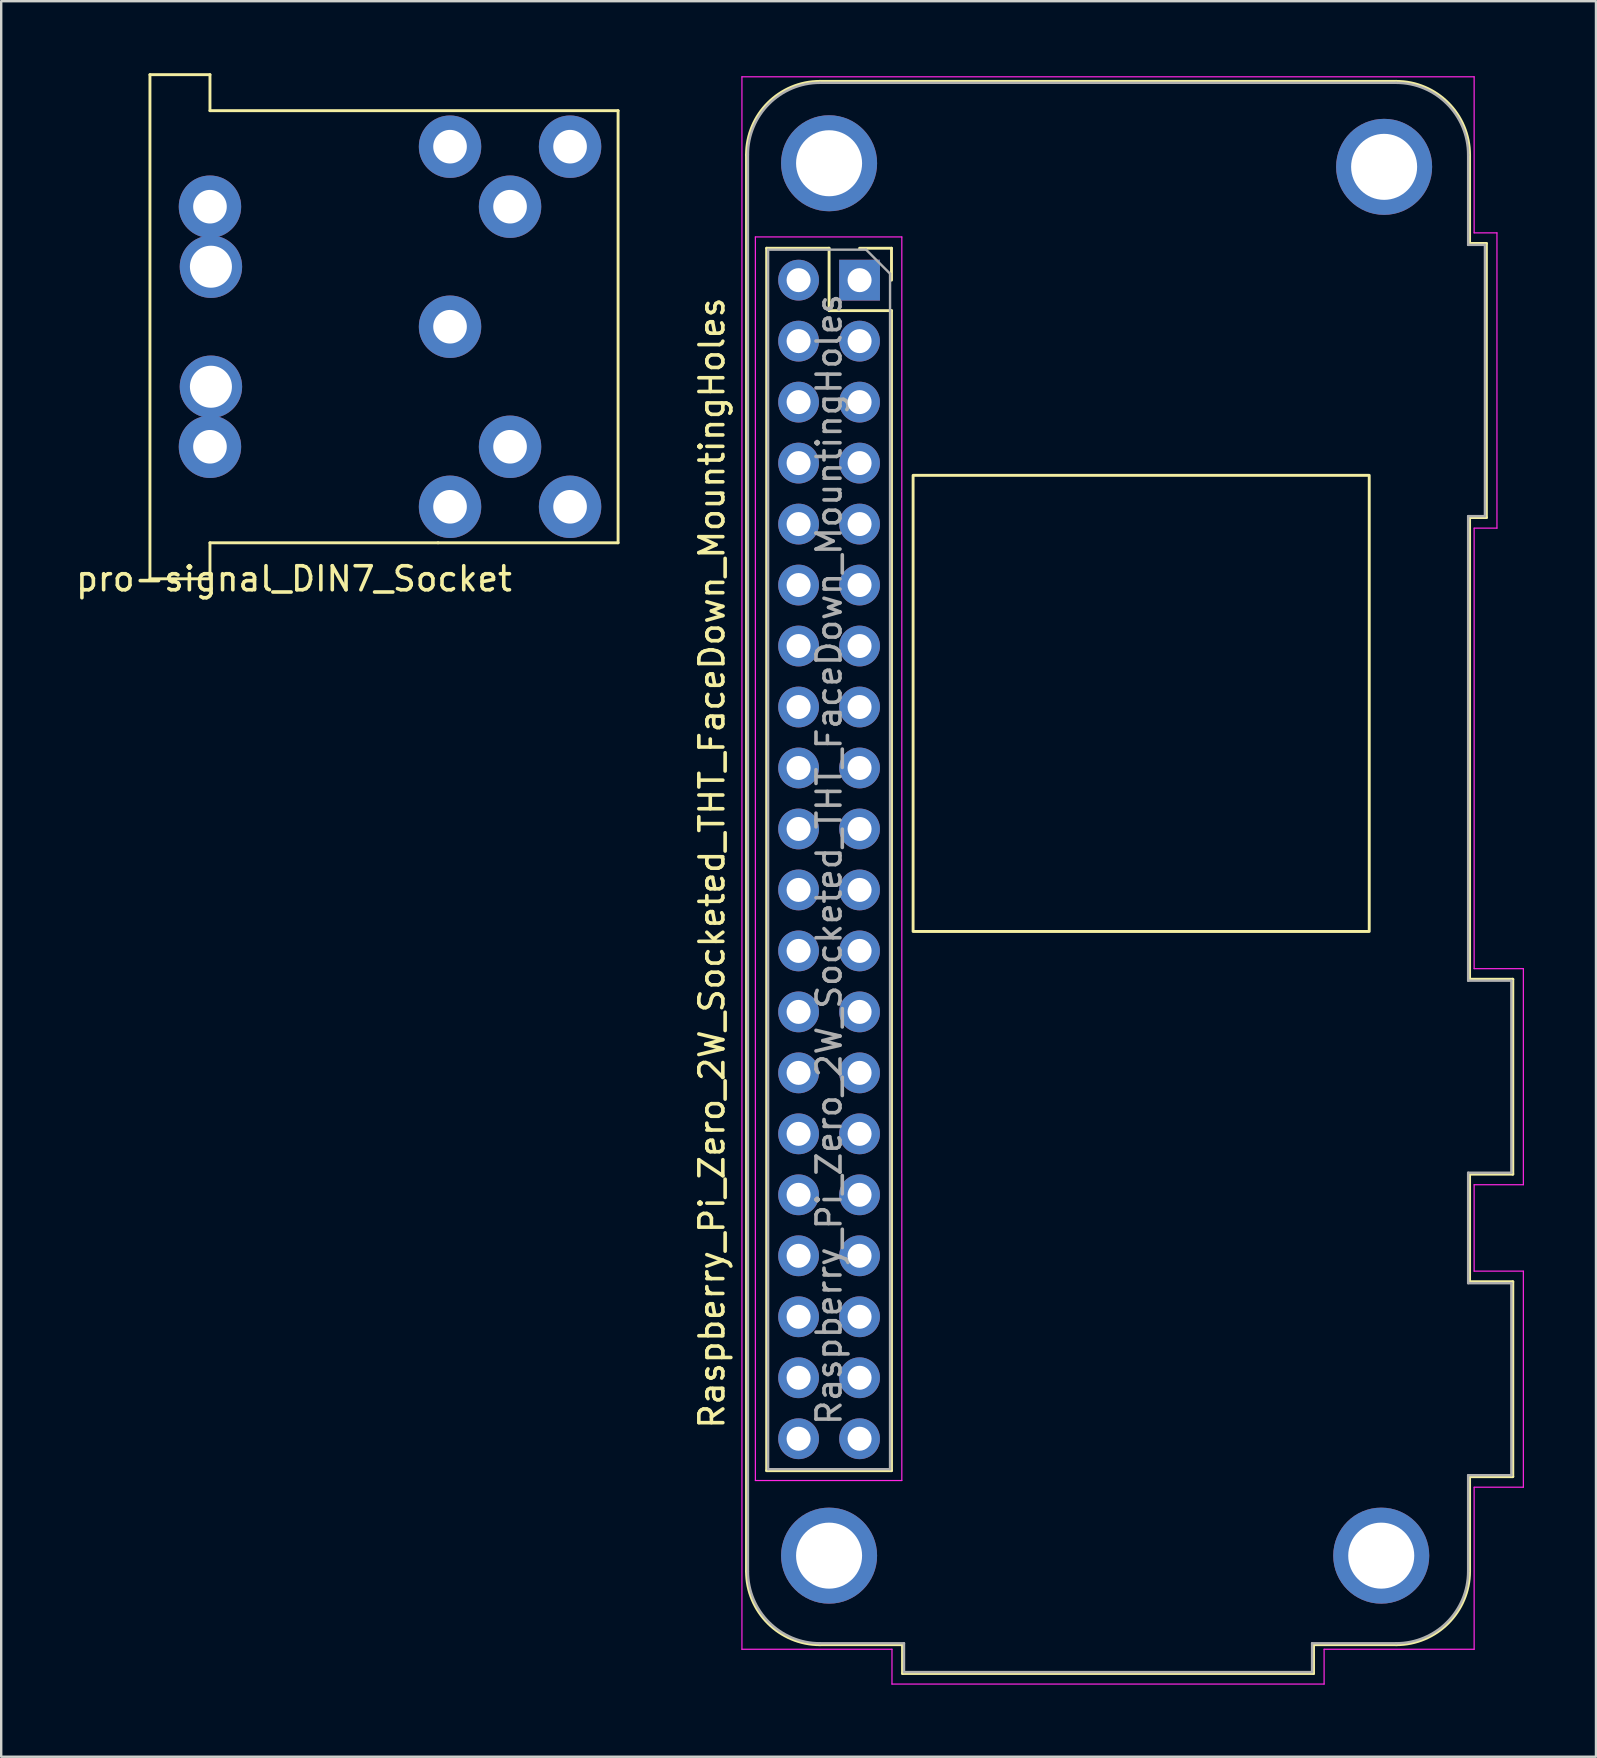
<source format=kicad_pcb>
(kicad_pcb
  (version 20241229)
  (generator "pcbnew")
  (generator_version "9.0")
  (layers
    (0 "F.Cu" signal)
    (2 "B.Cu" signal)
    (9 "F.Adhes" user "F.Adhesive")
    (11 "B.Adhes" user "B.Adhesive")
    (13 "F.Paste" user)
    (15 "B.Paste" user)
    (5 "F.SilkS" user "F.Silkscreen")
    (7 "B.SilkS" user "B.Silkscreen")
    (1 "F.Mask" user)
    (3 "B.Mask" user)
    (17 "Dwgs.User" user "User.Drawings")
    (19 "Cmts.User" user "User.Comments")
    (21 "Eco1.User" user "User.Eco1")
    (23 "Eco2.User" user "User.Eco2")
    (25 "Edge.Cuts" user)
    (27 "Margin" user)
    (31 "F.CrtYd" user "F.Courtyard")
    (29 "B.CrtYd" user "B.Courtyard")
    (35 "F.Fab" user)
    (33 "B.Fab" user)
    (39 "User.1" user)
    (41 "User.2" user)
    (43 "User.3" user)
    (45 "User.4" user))
  (footprint "Raspberry_Pi_Zero_2W_Socketed_THT_FaceDown_MountingHoles"
    (layer "F.Cu")
    (at 27.985 0.25)
    (property "Reference" "Raspberry_Pi_Zero_2W_Socketed_THT_FaceDown_MountingHoles" (at -1.38 32.65 90) (layer "F.SilkS") (effects (font (size 1 1) (thickness 0.15))))
    (attr through_hole)
    (fp_rect (start 7.5 17) (end 25.5 35) (stroke (width 0.12) (type solid)) (fill yes) (layer "F.Mask"))
    (fp_line (start 0.06 62.15) (end 0.06 3.15) (stroke (width 0.12) (type solid)) (layer "F.SilkS"))
    (fp_line (start 0.9 7.04) (end 0.9 57.96) (stroke (width 0.12) (type solid)) (layer "F.SilkS"))
    (fp_line (start 0.9 7.04) (end 3.5 7.04) (stroke (width 0.12) (type solid)) (layer "F.SilkS"))
    (fp_line (start 0.9 57.96) (end 6.1 57.96) (stroke (width 0.12) (type solid)) (layer "F.SilkS"))
    (fp_line (start 3.12 0.09) (end 27.12 0.09) (stroke (width 0.12) (type solid)) (layer "F.SilkS"))
    (fp_line (start 3.5 7.04) (end 3.5 9.64) (stroke (width 0.12) (type solid)) (layer "F.SilkS"))
    (fp_line (start 3.5 9.64) (end 6.1 9.64) (stroke (width 0.12) (type solid)) (layer "F.SilkS"))
    (fp_line (start 4.77 7.04) (end 6.1 7.04) (stroke (width 0.12) (type solid)) (layer "F.SilkS"))
    (fp_line (start 6.1 7.04) (end 6.1 8.37) (stroke (width 0.12) (type solid)) (layer "F.SilkS"))
    (fp_line (start 6.1 9.64) (end 6.1 57.96) (stroke (width 0.12) (type solid)) (layer "F.SilkS"))
    (fp_line (start 6.56 65.21) (end 3.12 65.21) (stroke (width 0.12) (type solid)) (layer "F.SilkS"))
    (fp_line (start 6.56 65.21) (end 6.56 66.41) (stroke (width 0.12) (type solid)) (layer "F.SilkS"))
    (fp_line (start 6.56 66.41) (end 23.68 66.41) (stroke (width 0.12) (type solid)) (layer "F.SilkS"))
    (fp_line (start 23.68 65.21) (end 27.12 65.21) (stroke (width 0.12) (type solid)) (layer "F.SilkS"))
    (fp_line (start 23.68 66.41) (end 23.68 65.21) (stroke (width 0.12) (type solid)) (layer "F.SilkS"))
    (fp_line (start 30.18 6.84) (end 30.18 3.15) (stroke (width 0.12) (type solid)) (layer "F.SilkS"))
    (fp_line (start 30.18 18.26) (end 30.88 18.26) (stroke (width 0.12) (type solid)) (layer "F.SilkS"))
    (fp_line (start 30.18 37.49) (end 30.18 18.26) (stroke (width 0.12) (type solid)) (layer "F.SilkS"))
    (fp_line (start 30.18 45.61) (end 31.98 45.61) (stroke (width 0.12) (type solid)) (layer "F.SilkS"))
    (fp_line (start 30.18 50.09) (end 30.18 45.61) (stroke (width 0.12) (type solid)) (layer "F.SilkS"))
    (fp_line (start 30.18 58.21) (end 31.98 58.21) (stroke (width 0.12) (type solid)) (layer "F.SilkS"))
    (fp_line (start 30.18 62.15) (end 30.18 58.21) (stroke (width 0.12) (type solid)) (layer "F.SilkS"))
    (fp_line (start 30.88 6.84) (end 30.18 6.84) (stroke (width 0.12) (type solid)) (layer "F.SilkS"))
    (fp_line (start 30.88 18.26) (end 30.88 6.84) (stroke (width 0.12) (type solid)) (layer "F.SilkS"))
    (fp_line (start 31.98 37.49) (end 30.18 37.49) (stroke (width 0.12) (type solid)) (layer "F.SilkS"))
    (fp_line (start 31.98 45.61) (end 31.98 37.49) (stroke (width 0.12) (type solid)) (layer "F.SilkS"))
    (fp_line (start 31.98 50.09) (end 30.18 50.09) (stroke (width 0.12) (type solid)) (layer "F.SilkS"))
    (fp_line (start 31.98 58.21) (end 31.98 50.09) (stroke (width 0.12) (type solid)) (layer "F.SilkS"))
    (fp_rect (start 7 16.5) (end 26 35.5) (stroke (width 0.12) (type solid)) (fill no) (layer "F.SilkS"))
    (fp_arc (start 0.06 3.15) (mid 0.956253 0.986253) (end 3.12 0.09) (stroke (width 0.12) (type solid)) (layer "F.SilkS"))
    (fp_arc (start 3.12 65.21) (mid 0.956253 64.313747) (end 0.06 62.15) (stroke (width 0.12) (type solid)) (layer "F.SilkS"))
    (fp_arc (start 27.12 0.09) (mid 29.283747 0.986253) (end 30.18 3.15) (stroke (width 0.12) (type solid)) (layer "F.SilkS"))
    (fp_arc (start 30.18 62.15) (mid 29.283747 64.313747) (end 27.12 65.21) (stroke (width 0.12) (type solid)) (layer "F.SilkS"))
    (fp_line (start -0.13 -0.1) (end 30.37 -0.1) (stroke (width 0.05) (type solid)) (layer "F.CrtYd"))
    (fp_line (start -0.13 65.4) (end -0.13 -0.1) (stroke (width 0.05) (type solid)) (layer "F.CrtYd"))
    (fp_line (start -0.13 65.4) (end 6.12 65.4) (stroke (width 0.05) (type solid)) (layer "F.CrtYd"))
    (fp_line (start 0.43 6.57) (end 6.53 6.57) (stroke (width 0.05) (type solid)) (layer "F.CrtYd"))
    (fp_line (start 0.43 58.37) (end 0.43 6.57) (stroke (width 0.05) (type solid)) (layer "F.CrtYd"))
    (fp_line (start 6.12 66.85) (end 6.12 65.4) (stroke (width 0.05) (type solid)) (layer "F.CrtYd"))
    (fp_line (start 6.53 6.57) (end 6.53 58.37) (stroke (width 0.05) (type solid)) (layer "F.CrtYd"))
    (fp_line (start 6.53 58.37) (end 0.43 58.37) (stroke (width 0.05) (type solid)) (layer "F.CrtYd"))
    (fp_line (start 24.12 65.4) (end 30.37 65.4) (stroke (width 0.05) (type solid)) (layer "F.CrtYd"))
    (fp_line (start 24.12 66.85) (end 6.12 66.85) (stroke (width 0.05) (type solid)) (layer "F.CrtYd"))
    (fp_line (start 24.12 66.85) (end 24.12 65.4) (stroke (width 0.05) (type solid)) (layer "F.CrtYd"))
    (fp_line (start 30.37 6.4) (end 30.37 -0.1) (stroke (width 0.05) (type solid)) (layer "F.CrtYd"))
    (fp_line (start 30.37 37.05) (end 30.37 18.7) (stroke (width 0.05) (type solid)) (layer "F.CrtYd"))
    (fp_line (start 30.37 46.05) (end 30.37 49.65) (stroke (width 0.05) (type solid)) (layer "F.CrtYd"))
    (fp_line (start 30.37 58.65) (end 30.37 65.4) (stroke (width 0.05) (type solid)) (layer "F.CrtYd"))
    (fp_line (start 31.32 6.4) (end 30.37 6.4) (stroke (width 0.05) (type solid)) (layer "F.CrtYd"))
    (fp_line (start 31.32 6.4) (end 31.32 18.7) (stroke (width 0.05) (type solid)) (layer "F.CrtYd"))
    (fp_line (start 31.32 18.7) (end 30.37 18.7) (stroke (width 0.05) (type solid)) (layer "F.CrtYd"))
    (fp_line (start 32.42 37.05) (end 30.37 37.05) (stroke (width 0.05) (type solid)) (layer "F.CrtYd"))
    (fp_line (start 32.42 46.05) (end 30.37 46.05) (stroke (width 0.05) (type solid)) (layer "F.CrtYd"))
    (fp_line (start 32.42 46.05) (end 32.42 37.05) (stroke (width 0.05) (type solid)) (layer "F.CrtYd"))
    (fp_line (start 32.42 49.65) (end 30.37 49.65) (stroke (width 0.05) (type solid)) (layer "F.CrtYd"))
    (fp_line (start 32.42 58.65) (end 30.37 58.65) (stroke (width 0.05) (type solid)) (layer "F.CrtYd"))
    (fp_line (start 32.42 58.65) (end 32.42 49.65) (stroke (width 0.05) (type solid)) (layer "F.CrtYd"))
    (fp_line (start 0.12 62.15) (end 0.12 3.15) (stroke (width 0.1) (type solid)) (layer "F.Fab"))
    (fp_line (start 0.96 7.1) (end 5.04 7.1) (stroke (width 0.1) (type solid)) (layer "F.Fab"))
    (fp_line (start 0.96 57.9) (end 0.96 7.1) (stroke (width 0.1) (type solid)) (layer "F.Fab"))
    (fp_line (start 3.12 0.15) (end 27.12 0.15) (stroke (width 0.1) (type solid)) (layer "F.Fab"))
    (fp_line (start 3.12 65.15) (end 6.62 65.15) (stroke (width 0.1) (type solid)) (layer "F.Fab"))
    (fp_line (start 5.04 7.1) (end 6.04 8.1) (stroke (width 0.1) (type solid)) (layer "F.Fab"))
    (fp_line (start 6.04 8.1) (end 6.04 57.9) (stroke (width 0.1) (type solid)) (layer "F.Fab"))
    (fp_line (start 6.04 57.9) (end 0.96 57.9) (stroke (width 0.1) (type solid)) (layer "F.Fab"))
    (fp_line (start 6.62 65.15) (end 6.62 66.35) (stroke (width 0.1) (type solid)) (layer "F.Fab"))
    (fp_line (start 6.62 66.35) (end 23.62 66.35) (stroke (width 0.1) (type solid)) (layer "F.Fab"))
    (fp_line (start 23.62 65.15) (end 23.62 66.35) (stroke (width 0.1) (type solid)) (layer "F.Fab"))
    (fp_line (start 27.12 65.15) (end 23.62 65.15) (stroke (width 0.1) (type solid)) (layer "F.Fab"))
    (fp_line (start 30.12 6.9) (end 30.12 3.15) (stroke (width 0.1) (type solid)) (layer "F.Fab"))
    (fp_line (start 30.12 6.9) (end 30.82 6.9) (stroke (width 0.1) (type solid)) (layer "F.Fab"))
    (fp_line (start 30.12 18.2) (end 30.82 18.2) (stroke (width 0.1) (type solid)) (layer "F.Fab"))
    (fp_line (start 30.12 37.55) (end 30.12 18.2) (stroke (width 0.1) (type solid)) (layer "F.Fab"))
    (fp_line (start 30.12 45.55) (end 31.92 45.55) (stroke (width 0.1) (type solid)) (layer "F.Fab"))
    (fp_line (start 30.12 50.15) (end 30.12 45.55) (stroke (width 0.1) (type solid)) (layer "F.Fab"))
    (fp_line (start 30.12 58.15) (end 30.12 62.15) (stroke (width 0.1) (type solid)) (layer "F.Fab"))
    (fp_line (start 30.12 58.15) (end 31.92 58.15) (stroke (width 0.1) (type solid)) (layer "F.Fab"))
    (fp_line (start 30.82 18.2) (end 30.82 6.9) (stroke (width 0.1) (type solid)) (layer "F.Fab"))
    (fp_line (start 31.92 37.55) (end 30.12 37.55) (stroke (width 0.1) (type solid)) (layer "F.Fab"))
    (fp_line (start 31.92 45.55) (end 31.92 37.55) (stroke (width 0.1) (type solid)) (layer "F.Fab"))
    (fp_line (start 31.92 50.15) (end 30.12 50.15) (stroke (width 0.1) (type solid)) (layer "F.Fab"))
    (fp_line (start 31.92 58.15) (end 31.92 50.15) (stroke (width 0.1) (type solid)) (layer "F.Fab"))
    (fp_arc (start 0.12 3.15) (mid 0.99868 1.02868) (end 3.12 0.15) (stroke (width 0.1) (type solid)) (layer "F.Fab"))
    (fp_arc (start 3.12 65.15) (mid 0.99868 64.27132) (end 0.12 62.15) (stroke (width 0.1) (type solid)) (layer "F.Fab"))
    (fp_arc (start 27.12 0.15) (mid 29.24132 1.02868) (end 30.12 3.15) (stroke (width 0.1) (type solid)) (layer "F.Fab"))
    (fp_arc (start 30.12 62.15) (mid 29.24132 64.27132) (end 27.12 65.15) (stroke (width 0.1) (type solid)) (layer "F.Fab"))
    (fp_text user "${REFERENCE}" (at 3.5 32.5 90) (layer "F.Fab") (effects (font (size 1 1) (thickness 0.15))))
    (pad "" np_thru_hole circle (at 3.5 3.5 90) (size 4 4) (drill 2.75) (layers "*.Cu" "*.Mask"))
    (pad "" np_thru_hole circle (at 3.5 61.5 90) (size 4 4) (drill 2.75) (layers "*.Cu" "*.Mask"))
    (pad "" np_thru_hole circle (at 26.5 61.5 90) (size 4 4) (drill 2.75) (layers "*.Cu" "*.Mask"))
    (pad "" np_thru_hole circle (at 26.62 3.65 90) (size 4 4) (drill 2.75) (layers "*.Cu" "*.Mask"))
    (pad "1" thru_hole rect (at 4.77 8.37) (size 1.7 1.7) (drill 1) (layers "*.Cu" "*.Mask"))
    (pad "2" thru_hole oval (at 2.23 8.37) (size 1.7 1.7) (drill 1) (layers "*.Cu" "*.Mask"))
    (pad "3" thru_hole oval (at 4.77 10.91) (size 1.7 1.7) (drill 1) (layers "*.Cu" "*.Mask"))
    (pad "4" thru_hole oval (at 2.23 10.91) (size 1.7 1.7) (drill 1) (layers "*.Cu" "*.Mask"))
    (pad "5" thru_hole oval (at 4.77 13.45) (size 1.7 1.7) (drill 1) (layers "*.Cu" "*.Mask"))
    (pad "6" thru_hole oval (at 2.23 13.45) (size 1.7 1.7) (drill 1) (layers "*.Cu" "*.Mask"))
    (pad "7" thru_hole oval (at 4.77 15.99) (size 1.7 1.7) (drill 1) (layers "*.Cu" "*.Mask"))
    (pad "8" thru_hole oval (at 2.23 15.99) (size 1.7 1.7) (drill 1) (layers "*.Cu" "*.Mask"))
    (pad "9" thru_hole oval (at 4.77 18.53) (size 1.7 1.7) (drill 1) (layers "*.Cu" "*.Mask"))
    (pad "10" thru_hole oval (at 2.23 18.53) (size 1.7 1.7) (drill 1) (layers "*.Cu" "*.Mask"))
    (pad "11" thru_hole oval (at 4.77 21.07) (size 1.7 1.7) (drill 1) (layers "*.Cu" "*.Mask"))
    (pad "12" thru_hole oval (at 2.23 21.07) (size 1.7 1.7) (drill 1) (layers "*.Cu" "*.Mask"))
    (pad "13" thru_hole oval (at 4.77 23.61) (size 1.7 1.7) (drill 1) (layers "*.Cu" "*.Mask"))
    (pad "14" thru_hole oval (at 2.23 23.61) (size 1.7 1.7) (drill 1) (layers "*.Cu" "*.Mask"))
    (pad "15" thru_hole oval (at 4.77 26.15) (size 1.7 1.7) (drill 1) (layers "*.Cu" "*.Mask"))
    (pad "16" thru_hole oval (at 2.23 26.15) (size 1.7 1.7) (drill 1) (layers "*.Cu" "*.Mask"))
    (pad "17" thru_hole oval (at 4.77 28.69) (size 1.7 1.7) (drill 1) (layers "*.Cu" "*.Mask"))
    (pad "18" thru_hole oval (at 2.23 28.69) (size 1.7 1.7) (drill 1) (layers "*.Cu" "*.Mask"))
    (pad "19" thru_hole oval (at 4.77 31.23) (size 1.7 1.7) (drill 1) (layers "*.Cu" "*.Mask"))
    (pad "20" thru_hole oval (at 2.23 31.23) (size 1.7 1.7) (drill 1) (layers "*.Cu" "*.Mask"))
    (pad "21" thru_hole oval (at 4.77 33.77) (size 1.7 1.7) (drill 1) (layers "*.Cu" "*.Mask"))
    (pad "22" thru_hole oval (at 2.23 33.77) (size 1.7 1.7) (drill 1) (layers "*.Cu" "*.Mask"))
    (pad "23" thru_hole oval (at 4.77 36.31) (size 1.7 1.7) (drill 1) (layers "*.Cu" "*.Mask"))
    (pad "24" thru_hole oval (at 2.23 36.31) (size 1.7 1.7) (drill 1) (layers "*.Cu" "*.Mask"))
    (pad "25" thru_hole oval (at 4.77 38.85) (size 1.7 1.7) (drill 1) (layers "*.Cu" "*.Mask"))
    (pad "26" thru_hole oval (at 2.23 38.85) (size 1.7 1.7) (drill 1) (layers "*.Cu" "*.Mask"))
    (pad "27" thru_hole oval (at 4.77 41.39) (size 1.7 1.7) (drill 1) (layers "*.Cu" "*.Mask"))
    (pad "28" thru_hole oval (at 2.23 41.39) (size 1.7 1.7) (drill 1) (layers "*.Cu" "*.Mask"))
    (pad "29" thru_hole oval (at 4.77 43.93) (size 1.7 1.7) (drill 1) (layers "*.Cu" "*.Mask"))
    (pad "30" thru_hole oval (at 2.23 43.93) (size 1.7 1.7) (drill 1) (layers "*.Cu" "*.Mask"))
    (pad "31" thru_hole oval (at 4.77 46.47) (size 1.7 1.7) (drill 1) (layers "*.Cu" "*.Mask"))
    (pad "32" thru_hole oval (at 2.23 46.47) (size 1.7 1.7) (drill 1) (layers "*.Cu" "*.Mask"))
    (pad "33" thru_hole oval (at 4.77 49.01) (size 1.7 1.7) (drill 1) (layers "*.Cu" "*.Mask"))
    (pad "34" thru_hole oval (at 2.23 49.01) (size 1.7 1.7) (drill 1) (layers "*.Cu" "*.Mask"))
    (pad "35" thru_hole oval (at 4.77 51.55) (size 1.7 1.7) (drill 1) (layers "*.Cu" "*.Mask"))
    (pad "36" thru_hole oval (at 2.23 51.55) (size 1.7 1.7) (drill 1) (layers "*.Cu" "*.Mask"))
    (pad "37" thru_hole oval (at 4.77 54.09) (size 1.7 1.7) (drill 1) (layers "*.Cu" "*.Mask"))
    (pad "38" thru_hole oval (at 2.23 54.09) (size 1.7 1.7) (drill 1) (layers "*.Cu" "*.Mask"))
    (pad "39" thru_hole oval (at 4.77 56.63) (size 1.7 1.7) (drill 1) (layers "*.Cu" "*.Mask"))
    (pad "40" thru_hole oval (at 2.23 56.63) (size 1.7 1.7) (drill 1) (layers "*.Cu" "*.Mask")))
  (footprint "pro-signal_DIN7_Socket"
    (layer "F.Cu")
    (at 3.196 10.56)
    (property "Reference" "pro-signal_DIN7_Socket" (at 6 10.5 0) (layer "F.SilkS") (effects (font (size 1 1) (thickness 0.15))))
    (attr through_hole)
    (fp_line (start 0 -10.5) (end 2.5 -10.5) (stroke (width 0.12) (type solid)) (layer "F.SilkS"))
    (fp_line (start 0 10.5) (end 0 -10.5) (stroke (width 0.12) (type solid)) (layer "F.SilkS"))
    (fp_line (start 2.5 -10.5) (end 2.5 -9) (stroke (width 0.12) (type solid)) (layer "F.SilkS"))
    (fp_line (start 2.5 -9) (end 19.5 -9) (stroke (width 0.12) (type solid)) (layer "F.SilkS"))
    (fp_line (start 2.5 9) (end 2.5 10.5) (stroke (width 0.12) (type solid)) (layer "F.SilkS"))
    (fp_line (start 2.5 10.5) (end 0 10.5) (stroke (width 0.12) (type solid)) (layer "F.SilkS"))
    (fp_line (start 12 9) (end 2.5 9) (stroke (width 0.12) (type solid)) (layer "F.SilkS"))
    (fp_line (start 19.5 -9) (end 19.5 9) (stroke (width 0.12) (type solid)) (layer "F.SilkS"))
    (fp_line (start 19.5 9) (end 12 9) (stroke (width 0.12) (type solid)) (layer "F.SilkS"))
    (pad "1" thru_hole circle (at 12.5 7.5) (size 2.6 2.6) (drill 1.4) (layers "*.Cu" "*.Mask"))
    (pad "2" thru_hole circle (at 12.5 0) (size 2.6 2.6) (drill 1.4) (layers "*.Cu" "*.Mask"))
    (pad "3" thru_hole circle (at 12.5 -7.5) (size 2.6 2.6) (drill 1.4) (layers "*.Cu" "*.Mask"))
    (pad "4" thru_hole circle (at 15 5) (size 2.6 2.6) (drill 1.4) (layers "*.Cu" "*.Mask"))
    (pad "5" thru_hole circle (at 15 -5) (size 2.6 2.6) (drill 1.4) (layers "*.Cu" "*.Mask"))
    (pad "6" thru_hole circle (at 17.5 7.5) (size 2.6 2.6) (drill 1.4) (layers "*.Cu" "*.Mask"))
    (pad "7" thru_hole circle (at 17.5 -7.5) (size 2.6 2.6) (drill 1.4) (layers "*.Cu" "*.Mask"))
    (pad "8" thru_hole circle (at 2.5 -5) (size 2.6 2.6) (drill 1.4) (layers "*.Cu" "*.Mask"))
    (pad "8" thru_hole circle (at 2.5 5) (size 2.6 2.6) (drill 1.4) (layers "*.Cu" "*.Mask"))
    (pad "8" thru_hole circle (at 2.54 -2.5) (size 2.6 2.6) (drill 1.75) (layers "*.Cu" "*.Mask"))
    (pad "8" thru_hole circle (at 2.54 2.5) (size 2.6 2.6) (drill 1.75) (layers "*.Cu" "*.Mask")))
  (gr_rect
    (start -3 -3)
    (end 63.43 70.125)
    (stroke (width 0.1) (type default))
    (fill no)
    (layer "Edge.Cuts")))
</source>
